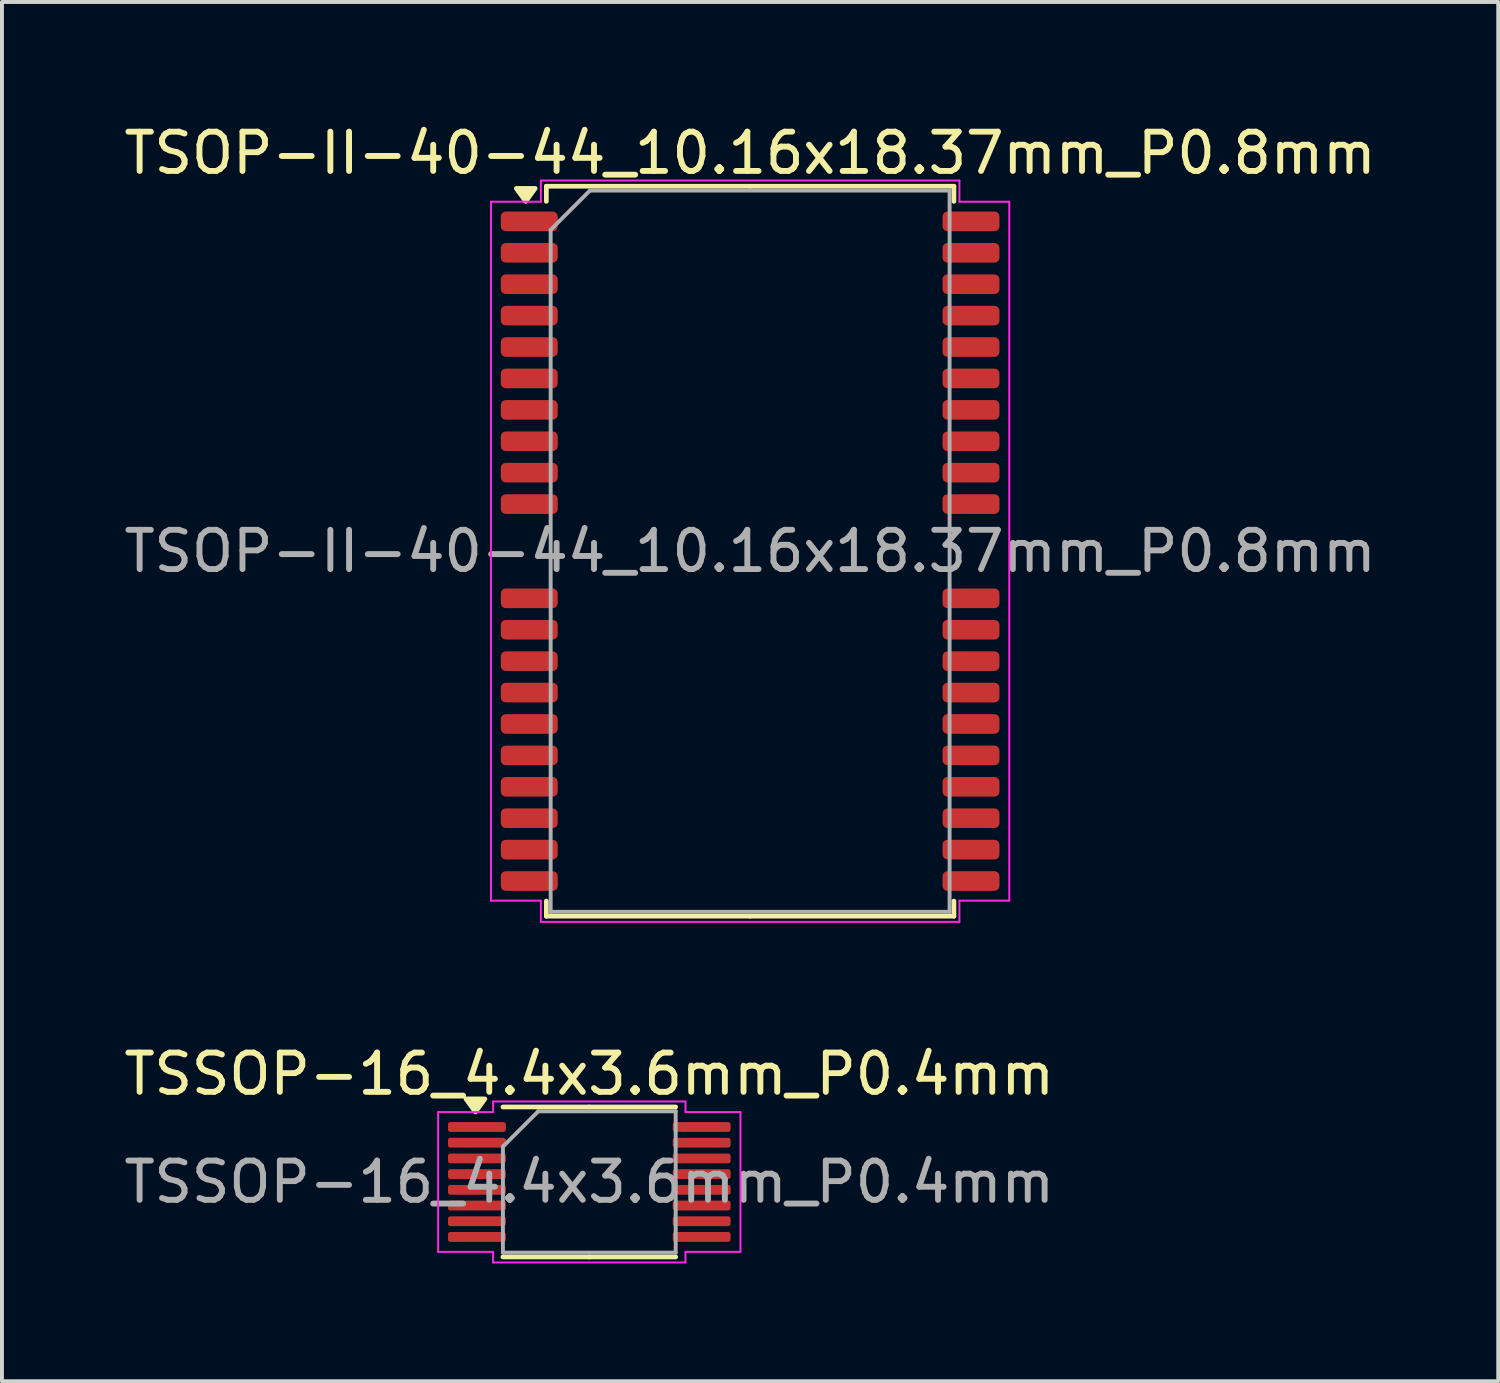
<source format=kicad_pcb>
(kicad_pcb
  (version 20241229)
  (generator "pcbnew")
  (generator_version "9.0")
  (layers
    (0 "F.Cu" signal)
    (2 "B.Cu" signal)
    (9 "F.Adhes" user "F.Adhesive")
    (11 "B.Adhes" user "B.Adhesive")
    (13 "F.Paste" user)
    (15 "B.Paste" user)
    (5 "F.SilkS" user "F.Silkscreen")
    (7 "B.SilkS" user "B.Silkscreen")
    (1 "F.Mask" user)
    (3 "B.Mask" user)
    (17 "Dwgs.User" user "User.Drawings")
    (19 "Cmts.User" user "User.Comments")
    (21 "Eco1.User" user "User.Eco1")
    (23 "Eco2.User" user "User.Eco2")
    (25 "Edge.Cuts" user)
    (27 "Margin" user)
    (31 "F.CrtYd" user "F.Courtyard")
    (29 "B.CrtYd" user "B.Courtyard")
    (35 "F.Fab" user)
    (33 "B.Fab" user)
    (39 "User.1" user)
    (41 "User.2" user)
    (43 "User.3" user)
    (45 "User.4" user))
  (footprint "TSSOP-16_4.4x3.6mm_P0.4mm"
    (layer "F.Cu")
    (at 11.958 27.052)
    (property "Reference" "TSSOP-16_4.4x3.6mm_P0.4mm" (at 0 -2.75 0) (layer "F.SilkS") (effects (font (size 1 1) (thickness 0.15))))
    (attr smd)
    (fp_line (start 0 -1.91) (end -2.2 -1.91) (stroke (width 0.12) (type solid)) (layer "F.SilkS"))
    (fp_line (start 0 -1.91) (end 2.2 -1.91) (stroke (width 0.12) (type solid)) (layer "F.SilkS"))
    (fp_line (start 0 1.91) (end -2.2 1.91) (stroke (width 0.12) (type solid)) (layer "F.SilkS"))
    (fp_line (start 0 1.91) (end 2.2 1.91) (stroke (width 0.12) (type solid)) (layer "F.SilkS"))
    (fp_poly (pts (xy -2.9 -1.785) (xy -3.14 -2.115) (xy -2.66 -2.115)) (stroke (width 0.12) (type solid)) (fill yes) (layer "F.SilkS"))
    (fp_line (start -3.85 -1.78) (end -2.45 -1.78) (stroke (width 0.05) (type solid)) (layer "F.CrtYd"))
    (fp_line (start -3.85 1.78) (end -3.85 -1.78) (stroke (width 0.05) (type solid)) (layer "F.CrtYd"))
    (fp_line (start -2.45 -2.05) (end 2.45 -2.05) (stroke (width 0.05) (type solid)) (layer "F.CrtYd"))
    (fp_line (start -2.45 -1.78) (end -2.45 -2.05) (stroke (width 0.05) (type solid)) (layer "F.CrtYd"))
    (fp_line (start -2.45 1.78) (end -3.85 1.78) (stroke (width 0.05) (type solid)) (layer "F.CrtYd"))
    (fp_line (start -2.45 2.05) (end -2.45 1.78) (stroke (width 0.05) (type solid)) (layer "F.CrtYd"))
    (fp_line (start 2.45 -2.05) (end 2.45 -1.78) (stroke (width 0.05) (type solid)) (layer "F.CrtYd"))
    (fp_line (start 2.45 -1.78) (end 3.85 -1.78) (stroke (width 0.05) (type solid)) (layer "F.CrtYd"))
    (fp_line (start 2.45 1.78) (end 2.45 2.05) (stroke (width 0.05) (type solid)) (layer "F.CrtYd"))
    (fp_line (start 2.45 2.05) (end -2.45 2.05) (stroke (width 0.05) (type solid)) (layer "F.CrtYd"))
    (fp_line (start 3.85 -1.78) (end 3.85 1.78) (stroke (width 0.05) (type solid)) (layer "F.CrtYd"))
    (fp_line (start 3.85 1.78) (end 2.45 1.78) (stroke (width 0.05) (type solid)) (layer "F.CrtYd"))
    (fp_line (start -2.2 -0.9) (end -1.3 -1.8) (stroke (width 0.1) (type solid)) (layer "F.Fab"))
    (fp_line (start -2.2 1.8) (end -2.2 -0.9) (stroke (width 0.1) (type solid)) (layer "F.Fab"))
    (fp_line (start -1.3 -1.8) (end 2.2 -1.8) (stroke (width 0.1) (type solid)) (layer "F.Fab"))
    (fp_line (start 2.2 -1.8) (end 2.2 1.8) (stroke (width 0.1) (type solid)) (layer "F.Fab"))
    (fp_line (start 2.2 1.8) (end -2.2 1.8) (stroke (width 0.1) (type solid)) (layer "F.Fab"))
    (fp_text user "${REFERENCE}" (at 0 0 0) (layer "F.Fab") (effects (font (size 1 1) (thickness 0.15))))
    (pad "1" smd roundrect (at -2.862 -1.4) (size 1.475 0.25) (layers "F.Cu" "F.Mask" "F.Paste") (roundrect_rratio 0.25))
    (pad "2" smd roundrect (at -2.862 -1) (size 1.475 0.25) (layers "F.Cu" "F.Mask" "F.Paste") (roundrect_rratio 0.25))
    (pad "3" smd roundrect (at -2.862 -0.6) (size 1.475 0.25) (layers "F.Cu" "F.Mask" "F.Paste") (roundrect_rratio 0.25))
    (pad "4" smd roundrect (at -2.862 -0.2) (size 1.475 0.25) (layers "F.Cu" "F.Mask" "F.Paste") (roundrect_rratio 0.25))
    (pad "5" smd roundrect (at -2.862 0.2) (size 1.475 0.25) (layers "F.Cu" "F.Mask" "F.Paste") (roundrect_rratio 0.25))
    (pad "6" smd roundrect (at -2.862 0.6) (size 1.475 0.25) (layers "F.Cu" "F.Mask" "F.Paste") (roundrect_rratio 0.25))
    (pad "7" smd roundrect (at -2.862 1) (size 1.475 0.25) (layers "F.Cu" "F.Mask" "F.Paste") (roundrect_rratio 0.25))
    (pad "8" smd roundrect (at -2.862 1.4) (size 1.475 0.25) (layers "F.Cu" "F.Mask" "F.Paste") (roundrect_rratio 0.25))
    (pad "9" smd roundrect (at 2.862 1.4) (size 1.475 0.25) (layers "F.Cu" "F.Mask" "F.Paste") (roundrect_rratio 0.25))
    (pad "10" smd roundrect (at 2.862 1) (size 1.475 0.25) (layers "F.Cu" "F.Mask" "F.Paste") (roundrect_rratio 0.25))
    (pad "11" smd roundrect (at 2.862 0.6) (size 1.475 0.25) (layers "F.Cu" "F.Mask" "F.Paste") (roundrect_rratio 0.25))
    (pad "12" smd roundrect (at 2.862 0.2) (size 1.475 0.25) (layers "F.Cu" "F.Mask" "F.Paste") (roundrect_rratio 0.25))
    (pad "13" smd roundrect (at 2.862 -0.2) (size 1.475 0.25) (layers "F.Cu" "F.Mask" "F.Paste") (roundrect_rratio 0.25))
    (pad "14" smd roundrect (at 2.862 -0.6) (size 1.475 0.25) (layers "F.Cu" "F.Mask" "F.Paste") (roundrect_rratio 0.25))
    (pad "15" smd roundrect (at 2.862 -1) (size 1.475 0.25) (layers "F.Cu" "F.Mask" "F.Paste") (roundrect_rratio 0.25))
    (pad "16" smd roundrect (at 2.862 -1.4) (size 1.475 0.25) (layers "F.Cu" "F.Mask" "F.Paste") (roundrect_rratio 0.25)))
  (footprint "TSOP-II-40-44_10.16x18.37mm_P0.8mm"
    (layer "F.Cu")
    (at 16.054 10.988)
    (property "Reference" "TSOP-II-40-44_10.16x18.37mm_P0.8mm" (at 0 -10.14 0) (layer "F.SilkS") (effects (font (size 1 1) (thickness 0.15))))
    (attr smd)
    (fp_line (start -5.19 -9.295) (end -5.19 -8.91) (stroke (width 0.12) (type solid)) (layer "F.SilkS"))
    (fp_line (start -5.19 9.295) (end -5.19 8.91) (stroke (width 0.12) (type solid)) (layer "F.SilkS"))
    (fp_line (start 0 -9.295) (end -5.19 -9.295) (stroke (width 0.12) (type solid)) (layer "F.SilkS"))
    (fp_line (start 0 -9.295) (end 5.19 -9.295) (stroke (width 0.12) (type solid)) (layer "F.SilkS"))
    (fp_line (start 0 9.295) (end -5.19 9.295) (stroke (width 0.12) (type solid)) (layer "F.SilkS"))
    (fp_line (start 0 9.295) (end 5.19 9.295) (stroke (width 0.12) (type solid)) (layer "F.SilkS"))
    (fp_line (start 5.19 -9.295) (end 5.19 -8.91) (stroke (width 0.12) (type solid)) (layer "F.SilkS"))
    (fp_line (start 5.19 9.295) (end 5.19 8.91) (stroke (width 0.12) (type solid)) (layer "F.SilkS"))
    (fp_poly (pts (xy -5.715 -8.91) (xy -5.955 -9.24) (xy -5.475 -9.24)) (stroke (width 0.12) (type solid)) (fill yes) (layer "F.SilkS"))
    (fp_line (start -6.6 -8.9) (end -5.33 -8.9) (stroke (width 0.05) (type solid)) (layer "F.CrtYd"))
    (fp_line (start -6.6 8.9) (end -6.6 -8.9) (stroke (width 0.05) (type solid)) (layer "F.CrtYd"))
    (fp_line (start -5.33 -9.44) (end 5.33 -9.44) (stroke (width 0.05) (type solid)) (layer "F.CrtYd"))
    (fp_line (start -5.33 -8.9) (end -5.33 -9.44) (stroke (width 0.05) (type solid)) (layer "F.CrtYd"))
    (fp_line (start -5.33 8.9) (end -6.6 8.9) (stroke (width 0.05) (type solid)) (layer "F.CrtYd"))
    (fp_line (start -5.33 9.44) (end -5.33 8.9) (stroke (width 0.05) (type solid)) (layer "F.CrtYd"))
    (fp_line (start 5.33 -9.44) (end 5.33 -8.9) (stroke (width 0.05) (type solid)) (layer "F.CrtYd"))
    (fp_line (start 5.33 -8.9) (end 6.6 -8.9) (stroke (width 0.05) (type solid)) (layer "F.CrtYd"))
    (fp_line (start 5.33 8.9) (end 5.33 9.44) (stroke (width 0.05) (type solid)) (layer "F.CrtYd"))
    (fp_line (start 5.33 9.44) (end -5.33 9.44) (stroke (width 0.05) (type solid)) (layer "F.CrtYd"))
    (fp_line (start 6.6 -8.9) (end 6.6 8.9) (stroke (width 0.05) (type solid)) (layer "F.CrtYd"))
    (fp_line (start 6.6 8.9) (end 5.33 8.9) (stroke (width 0.05) (type solid)) (layer "F.CrtYd"))
    (fp_line (start -5.08 -8.185) (end -4.08 -9.185) (stroke (width 0.1) (type solid)) (layer "F.Fab"))
    (fp_line (start -5.08 9.185) (end -5.08 -8.185) (stroke (width 0.1) (type solid)) (layer "F.Fab"))
    (fp_line (start -4.08 -9.185) (end 5.08 -9.185) (stroke (width 0.1) (type solid)) (layer "F.Fab"))
    (fp_line (start 5.08 -9.185) (end 5.08 9.185) (stroke (width 0.1) (type solid)) (layer "F.Fab"))
    (fp_line (start 5.08 9.185) (end -5.08 9.185) (stroke (width 0.1) (type solid)) (layer "F.Fab"))
    (fp_text user "${REFERENCE}" (at 0 0 0) (layer "F.Fab") (effects (font (size 1 1) (thickness 0.15))))
    (pad "1" smd roundrect (at -5.625 -8.4) (size 1.45 0.5) (layers "F.Cu" "F.Mask" "F.Paste") (roundrect_rratio 0.25))
    (pad "2" smd roundrect (at -5.625 -7.6) (size 1.45 0.5) (layers "F.Cu" "F.Mask" "F.Paste") (roundrect_rratio 0.25))
    (pad "3" smd roundrect (at -5.625 -6.8) (size 1.45 0.5) (layers "F.Cu" "F.Mask" "F.Paste") (roundrect_rratio 0.25))
    (pad "4" smd roundrect (at -5.625 -6) (size 1.45 0.5) (layers "F.Cu" "F.Mask" "F.Paste") (roundrect_rratio 0.25))
    (pad "5" smd roundrect (at -5.625 -5.2) (size 1.45 0.5) (layers "F.Cu" "F.Mask" "F.Paste") (roundrect_rratio 0.25))
    (pad "6" smd roundrect (at -5.625 -4.4) (size 1.45 0.5) (layers "F.Cu" "F.Mask" "F.Paste") (roundrect_rratio 0.25))
    (pad "7" smd roundrect (at -5.625 -3.6) (size 1.45 0.5) (layers "F.Cu" "F.Mask" "F.Paste") (roundrect_rratio 0.25))
    (pad "8" smd roundrect (at -5.625 -2.8) (size 1.45 0.5) (layers "F.Cu" "F.Mask" "F.Paste") (roundrect_rratio 0.25))
    (pad "9" smd roundrect (at -5.625 -2) (size 1.45 0.5) (layers "F.Cu" "F.Mask" "F.Paste") (roundrect_rratio 0.25))
    (pad "10" smd roundrect (at -5.625 -1.2) (size 1.45 0.5) (layers "F.Cu" "F.Mask" "F.Paste") (roundrect_rratio 0.25))
    (pad "13" smd roundrect (at -5.625 1.2) (size 1.45 0.5) (layers "F.Cu" "F.Mask" "F.Paste") (roundrect_rratio 0.25))
    (pad "14" smd roundrect (at -5.625 2) (size 1.45 0.5) (layers "F.Cu" "F.Mask" "F.Paste") (roundrect_rratio 0.25))
    (pad "15" smd roundrect (at -5.625 2.8) (size 1.45 0.5) (layers "F.Cu" "F.Mask" "F.Paste") (roundrect_rratio 0.25))
    (pad "16" smd roundrect (at -5.625 3.6) (size 1.45 0.5) (layers "F.Cu" "F.Mask" "F.Paste") (roundrect_rratio 0.25))
    (pad "17" smd roundrect (at -5.625 4.4) (size 1.45 0.5) (layers "F.Cu" "F.Mask" "F.Paste") (roundrect_rratio 0.25))
    (pad "18" smd roundrect (at -5.625 5.2) (size 1.45 0.5) (layers "F.Cu" "F.Mask" "F.Paste") (roundrect_rratio 0.25))
    (pad "19" smd roundrect (at -5.625 6) (size 1.45 0.5) (layers "F.Cu" "F.Mask" "F.Paste") (roundrect_rratio 0.25))
    (pad "20" smd roundrect (at -5.625 6.8) (size 1.45 0.5) (layers "F.Cu" "F.Mask" "F.Paste") (roundrect_rratio 0.25))
    (pad "21" smd roundrect (at -5.625 7.6) (size 1.45 0.5) (layers "F.Cu" "F.Mask" "F.Paste") (roundrect_rratio 0.25))
    (pad "22" smd roundrect (at -5.625 8.4) (size 1.45 0.5) (layers "F.Cu" "F.Mask" "F.Paste") (roundrect_rratio 0.25))
    (pad "23" smd roundrect (at 5.625 8.4) (size 1.45 0.5) (layers "F.Cu" "F.Mask" "F.Paste") (roundrect_rratio 0.25))
    (pad "24" smd roundrect (at 5.625 7.6) (size 1.45 0.5) (layers "F.Cu" "F.Mask" "F.Paste") (roundrect_rratio 0.25))
    (pad "25" smd roundrect (at 5.625 6.8) (size 1.45 0.5) (layers "F.Cu" "F.Mask" "F.Paste") (roundrect_rratio 0.25))
    (pad "26" smd roundrect (at 5.625 6) (size 1.45 0.5) (layers "F.Cu" "F.Mask" "F.Paste") (roundrect_rratio 0.25))
    (pad "27" smd roundrect (at 5.625 5.2) (size 1.45 0.5) (layers "F.Cu" "F.Mask" "F.Paste") (roundrect_rratio 0.25))
    (pad "28" smd roundrect (at 5.625 4.4) (size 1.45 0.5) (layers "F.Cu" "F.Mask" "F.Paste") (roundrect_rratio 0.25))
    (pad "29" smd roundrect (at 5.625 3.6) (size 1.45 0.5) (layers "F.Cu" "F.Mask" "F.Paste") (roundrect_rratio 0.25))
    (pad "30" smd roundrect (at 5.625 2.8) (size 1.45 0.5) (layers "F.Cu" "F.Mask" "F.Paste") (roundrect_rratio 0.25))
    (pad "31" smd roundrect (at 5.625 2) (size 1.45 0.5) (layers "F.Cu" "F.Mask" "F.Paste") (roundrect_rratio 0.25))
    (pad "32" smd roundrect (at 5.625 1.2) (size 1.45 0.5) (layers "F.Cu" "F.Mask" "F.Paste") (roundrect_rratio 0.25))
    (pad "35" smd roundrect (at 5.625 -1.2) (size 1.45 0.5) (layers "F.Cu" "F.Mask" "F.Paste") (roundrect_rratio 0.25))
    (pad "36" smd roundrect (at 5.625 -2) (size 1.45 0.5) (layers "F.Cu" "F.Mask" "F.Paste") (roundrect_rratio 0.25))
    (pad "37" smd roundrect (at 5.625 -2.8) (size 1.45 0.5) (layers "F.Cu" "F.Mask" "F.Paste") (roundrect_rratio 0.25))
    (pad "38" smd roundrect (at 5.625 -3.6) (size 1.45 0.5) (layers "F.Cu" "F.Mask" "F.Paste") (roundrect_rratio 0.25))
    (pad "39" smd roundrect (at 5.625 -4.4) (size 1.45 0.5) (layers "F.Cu" "F.Mask" "F.Paste") (roundrect_rratio 0.25))
    (pad "40" smd roundrect (at 5.625 -5.2) (size 1.45 0.5) (layers "F.Cu" "F.Mask" "F.Paste") (roundrect_rratio 0.25))
    (pad "41" smd roundrect (at 5.625 -6) (size 1.45 0.5) (layers "F.Cu" "F.Mask" "F.Paste") (roundrect_rratio 0.25))
    (pad "42" smd roundrect (at 5.625 -6.8) (size 1.45 0.5) (layers "F.Cu" "F.Mask" "F.Paste") (roundrect_rratio 0.25))
    (pad "43" smd roundrect (at 5.625 -7.6) (size 1.45 0.5) (layers "F.Cu" "F.Mask" "F.Paste") (roundrect_rratio 0.25))
    (pad "44" smd roundrect (at 5.625 -8.4) (size 1.45 0.5) (layers "F.Cu" "F.Mask" "F.Paste") (roundrect_rratio 0.25)))
  (gr_rect
    (start -3 -3)
    (end 35.107 32.127)
    (stroke (width 0.1) (type default))
    (fill no)
    (layer "Edge.Cuts")))
</source>
